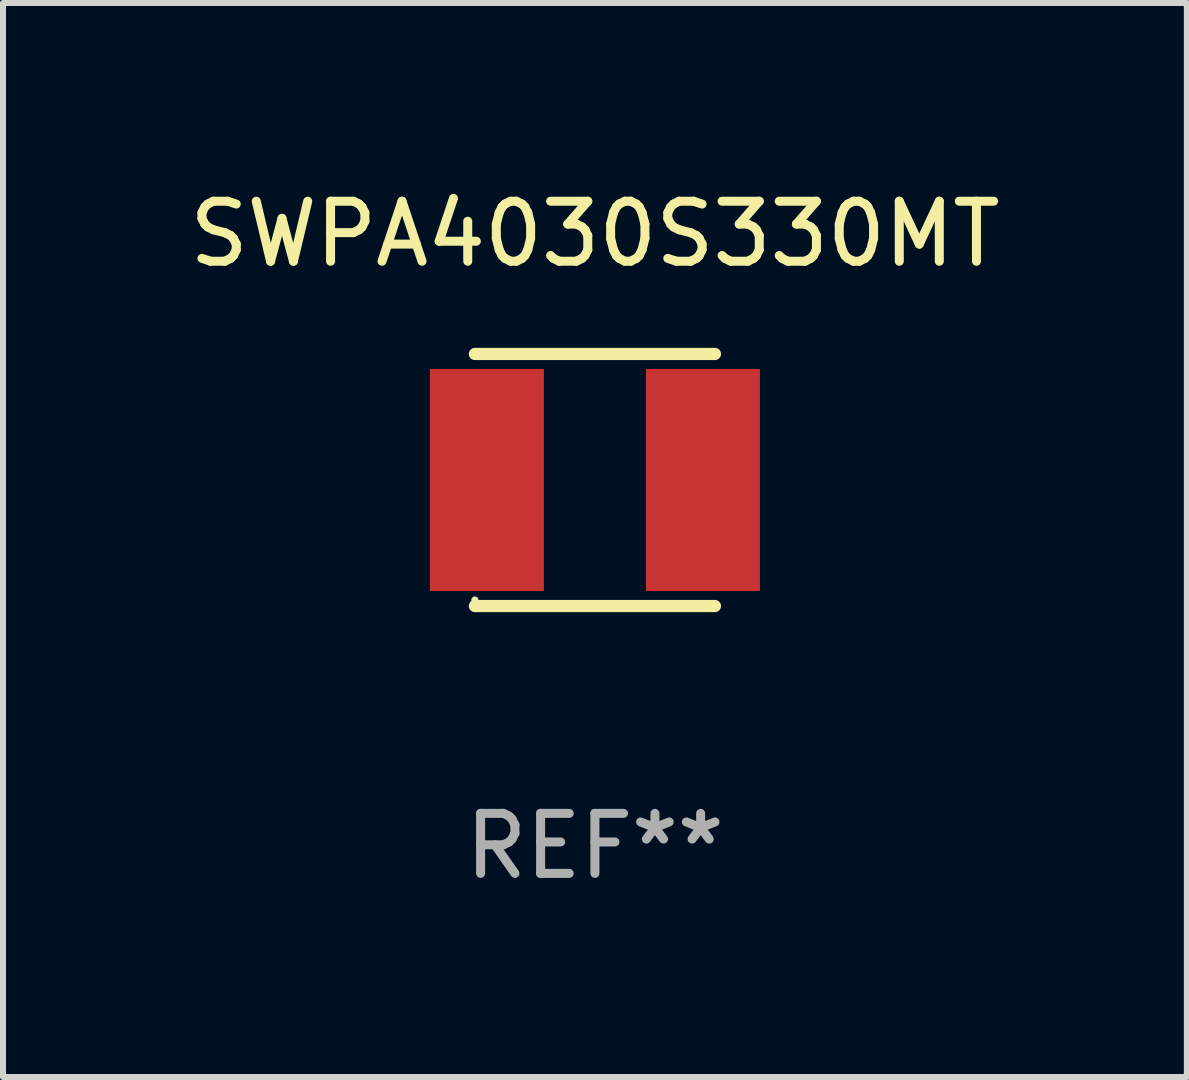
<source format=kicad_pcb>
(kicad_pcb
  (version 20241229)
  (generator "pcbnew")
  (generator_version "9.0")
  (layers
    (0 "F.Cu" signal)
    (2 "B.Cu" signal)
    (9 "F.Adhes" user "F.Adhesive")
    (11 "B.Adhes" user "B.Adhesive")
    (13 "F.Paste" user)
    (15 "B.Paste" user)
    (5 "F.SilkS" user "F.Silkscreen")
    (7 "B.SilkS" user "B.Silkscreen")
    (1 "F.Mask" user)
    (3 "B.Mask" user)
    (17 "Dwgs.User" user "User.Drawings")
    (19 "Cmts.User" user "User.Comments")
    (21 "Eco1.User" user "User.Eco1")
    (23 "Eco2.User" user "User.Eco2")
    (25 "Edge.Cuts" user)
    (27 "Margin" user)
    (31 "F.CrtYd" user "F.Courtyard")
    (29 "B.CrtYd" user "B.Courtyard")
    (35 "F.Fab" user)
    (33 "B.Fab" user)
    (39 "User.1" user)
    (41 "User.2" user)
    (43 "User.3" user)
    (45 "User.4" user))
  (footprint "SWPA4030S330MT"
    (layer "F.Cu")
    (at 6.863 4.948)
    (property "Reference" "SWPA4030S330MT" (at 0 -4.1 0) (layer "F.SilkS") (effects (font (size 1 1) (thickness 0.15))))
    (attr through_hole)
    (fp_line (start -2 -2.1) (end 2 -2.1) (stroke (width 0.203) (type solid)) (layer "F.SilkS"))
    (fp_line (start -2 2.1) (end 2 2.1) (stroke (width 0.203) (type solid)) (layer "F.SilkS"))
    (fp_circle (center -2 2) (end -1.97 2) (stroke (width 0.06) (type solid)) (fill no) (layer "F.SilkS"))
    (fp_text user "REF**" (at 0 6.1 0) (layer "F.Fab") (effects (font (size 1 1) (thickness 0.15))))
    (pad "1" smd rect (at -1.8 0 90) (size 3.7 1.9) (layers "F.Cu" "F.Mask" "F.Paste"))
    (pad "2" smd rect (at 1.8 0 90) (size 3.7 1.9) (layers "F.Cu" "F.Mask" "F.Paste")))
  (gr_rect
    (start -3 -3)
    (end 16.726 14.896)
    (stroke (width 0.1) (type default))
    (fill no)
    (layer "Edge.Cuts")))
</source>
